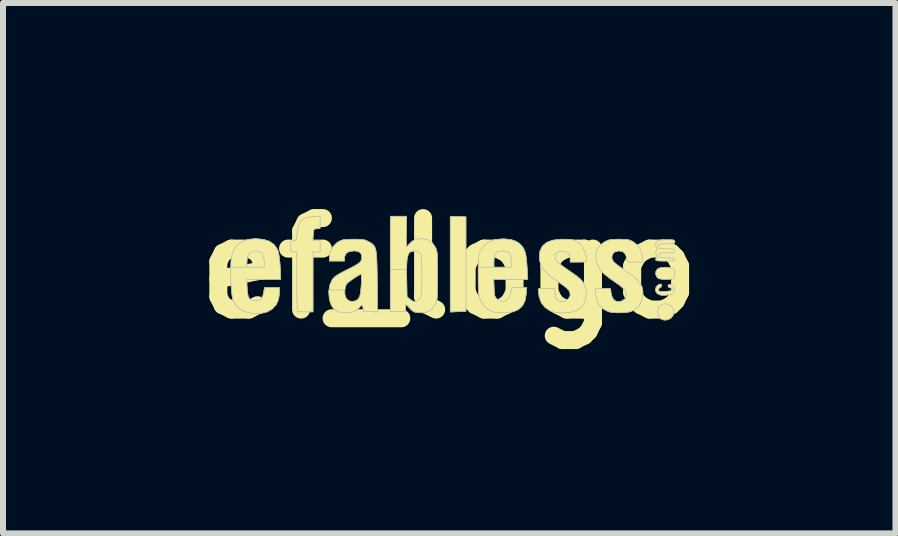
<source format=kicad_pcb>
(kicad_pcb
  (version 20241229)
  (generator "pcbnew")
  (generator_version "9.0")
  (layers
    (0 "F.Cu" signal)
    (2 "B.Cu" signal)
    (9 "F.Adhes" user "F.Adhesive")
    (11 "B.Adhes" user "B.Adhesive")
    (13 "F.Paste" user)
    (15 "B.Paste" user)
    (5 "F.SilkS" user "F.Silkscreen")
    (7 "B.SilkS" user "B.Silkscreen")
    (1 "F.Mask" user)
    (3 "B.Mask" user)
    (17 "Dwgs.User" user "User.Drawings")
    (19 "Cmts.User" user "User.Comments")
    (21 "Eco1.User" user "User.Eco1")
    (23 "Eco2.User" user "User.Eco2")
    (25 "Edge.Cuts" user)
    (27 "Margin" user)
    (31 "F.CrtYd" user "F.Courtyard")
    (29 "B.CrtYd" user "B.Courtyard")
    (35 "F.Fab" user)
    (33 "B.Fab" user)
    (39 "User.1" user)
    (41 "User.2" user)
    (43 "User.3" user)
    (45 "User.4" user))
  (footprint "ef_logo"
    (layer "F.Cu")
    (at 4.434 1.418)
    (property "Reference" "ef_logo" (at 0 0 0) (layer "F.SilkS") (effects (font (size 1.524 1.524) (thickness 0.3))))
    (attr through_hole)
    (fp_poly (pts (xy 0.148 -0.86) (xy 0.279 -0.855) (xy 0.279 0.72) (xy 0.148 0.725) (xy 0.017 0.73) (xy 0.017 -0.865) (xy 0.148 -0.86)) (stroke (width 0.01) (type solid)) (fill yes) (layer "F.SilkS"))
    (fp_poly (pts (xy 3.678 0.615) (xy 3.72 0.657) (xy 3.741 0.714) (xy 3.742 0.733) (xy 3.728 0.791) (xy 3.69 0.835) (xy 3.637 0.861) (xy 3.579 0.865) (xy 3.524 0.845) (xy 3.505 0.83) (xy 3.477 0.78) (xy 3.471 0.719) (xy 3.488 0.66) (xy 3.511 0.629) (xy 3.565 0.598) (xy 3.623 0.595) (xy 3.678 0.615)) (stroke (width 0.01) (type solid)) (fill yes) (layer "F.SilkS"))
    (fp_poly (pts (xy 3.653 -0.014) (xy 3.713 -0.001) (xy 3.716 -0.000419) (xy 3.745 0.017) (xy 3.757 0.046) (xy 3.759 0.081) (xy 3.755 0.131) (xy 3.737 0.163) (xy 3.7 0.18) (xy 3.639 0.186) (xy 3.606 0.186) (xy 3.539 0.184) (xy 3.496 0.175) (xy 3.469 0.159) (xy 3.465 0.155) (xy 3.441 0.107) (xy 3.442 0.056) (xy 3.469 0.014) (xy 3.475 0.009) (xy 3.52 -0.008) (xy 3.585 -0.016) (xy 3.653 -0.014)) (stroke (width 0.01) (type solid)) (fill yes) (layer "F.SilkS"))
    (fp_poly (pts (xy 3.533 0.266) (xy 3.539 0.288) (xy 3.528 0.316) (xy 3.514 0.322) (xy 3.493 0.336) (xy 3.488 0.356) (xy 3.491 0.375) (xy 3.504 0.384) (xy 3.535 0.388) (xy 3.592 0.386) (xy 3.603 0.386) (xy 3.666 0.381) (xy 3.702 0.374) (xy 3.716 0.361) (xy 3.717 0.356) (xy 3.702 0.334) (xy 3.678 0.325) (xy 3.648 0.311) (xy 3.645 0.291) (xy 3.663 0.271) (xy 3.697 0.271) (xy 3.735 0.289) (xy 3.738 0.292) (xy 3.755 0.324) (xy 3.758 0.37) (xy 3.745 0.41) (xy 3.736 0.422) (xy 3.703 0.435) (xy 3.65 0.445) (xy 3.59 0.451) (xy 3.536 0.45) (xy 3.514 0.446) (xy 3.463 0.422) (xy 3.44 0.382) (xy 3.437 0.356) (xy 3.448 0.308) (xy 3.483 0.277) (xy 3.509 0.266) (xy 3.533 0.266)) (stroke (width 0.01) (type solid)) (fill yes) (layer "F.SilkS"))
    (fp_poly (pts (xy -2.151 -0.663) (xy -2.206 -0.657) (xy -2.237 -0.653) (xy -2.254 -0.641) (xy -2.261 -0.614) (xy -2.265 -0.562) (xy -2.266 -0.555) (xy -2.271 -0.457) (xy -2.151 -0.457) (xy -2.151 -0.271) (xy -2.269 -0.271) (xy -2.269 0.728) (xy -2.393 0.728) (xy -2.455 0.727) (xy -2.503 0.723) (xy -2.528 0.718) (xy -2.529 0.717) (xy -2.532 0.698) (xy -2.534 0.649) (xy -2.536 0.575) (xy -2.538 0.48) (xy -2.539 0.369) (xy -2.54 0.246) (xy -2.54 0.217) (xy -2.54 -0.271) (xy -2.591 -0.271) (xy -2.62 -0.272) (xy -2.635 -0.283) (xy -2.641 -0.31) (xy -2.642 -0.363) (xy -2.642 -0.364) (xy -2.641 -0.417) (xy -2.635 -0.445) (xy -2.62 -0.456) (xy -2.593 -0.457) (xy -2.569 -0.458) (xy -2.554 -0.467) (xy -2.545 -0.49) (xy -2.539 -0.534) (xy -2.534 -0.587) (xy -2.519 -0.689) (xy -2.491 -0.763) (xy -2.446 -0.812) (xy -2.379 -0.843) (xy -2.286 -0.858) (xy -2.269 -0.86) (xy -2.151 -0.868) (xy -2.151 -0.663)) (stroke (width 0.01) (type solid)) (fill yes) (layer "F.SilkS"))
    (fp_poly (pts (xy -3.101 -0.481) (xy -2.997 -0.449) (xy -2.919 -0.395) (xy -2.865 -0.319) (xy -2.847 -0.271) (xy -2.837 -0.223) (xy -2.827 -0.153) (xy -2.819 -0.069) (xy -2.815 -0.006) (xy -2.806 0.186) (xy -3.373 0.186) (xy -3.367 0.328) (xy -3.36 0.419) (xy -3.345 0.48) (xy -3.319 0.518) (xy -3.278 0.537) (xy -3.224 0.542) (xy -3.167 0.534) (xy -3.128 0.507) (xy -3.103 0.456) (xy -3.089 0.394) (xy -3.078 0.322) (xy -2.828 0.322) (xy -2.828 0.411) (xy -2.843 0.52) (xy -2.884 0.611) (xy -2.95 0.682) (xy -3.037 0.73) (xy -3.144 0.755) (xy -3.267 0.754) (xy -3.33 0.744) (xy -3.437 0.711) (xy -3.519 0.655) (xy -3.58 0.575) (xy -3.601 0.533) (xy -3.613 0.487) (xy -3.623 0.415) (xy -3.631 0.324) (xy -3.637 0.22) (xy -3.64 0.112) (xy -3.64 0.007) (xy -3.637 -0.089) (xy -3.636 -0.108) (xy -3.37 -0.108) (xy -3.37 -0.017) (xy -3.082 -0.017) (xy -3.082 -0.108) (xy -3.091 -0.192) (xy -3.118 -0.248) (xy -3.166 -0.28) (xy -3.226 -0.288) (xy -3.293 -0.277) (xy -3.338 -0.242) (xy -3.363 -0.182) (xy -3.37 -0.108) (xy -3.636 -0.108) (xy -3.631 -0.168) (xy -3.625 -0.206) (xy -3.588 -0.31) (xy -3.527 -0.391) (xy -3.441 -0.449) (xy -3.334 -0.482) (xy -3.23 -0.491) (xy -3.101 -0.481)) (stroke (width 0.01) (type solid)) (fill yes) (layer "F.SilkS"))
    (fp_poly (pts (xy 3.696 -0.473) (xy 3.735 -0.47) (xy 3.753 -0.462) (xy 3.759 -0.447) (xy 3.759 -0.44) (xy 3.756 -0.423) (xy 3.743 -0.413) (xy 3.713 -0.408) (xy 3.659 -0.407) (xy 3.624 -0.406) (xy 3.557 -0.406) (xy 3.516 -0.403) (xy 3.496 -0.396) (xy 3.489 -0.382) (xy 3.488 -0.364) (xy 3.49 -0.343) (xy 3.499 -0.33) (xy 3.522 -0.324) (xy 3.567 -0.322) (xy 3.624 -0.322) (xy 3.691 -0.321) (xy 3.732 -0.318) (xy 3.752 -0.31) (xy 3.759 -0.297) (xy 3.759 -0.287) (xy 3.757 -0.269) (xy 3.745 -0.259) (xy 3.716 -0.255) (xy 3.664 -0.255) (xy 3.628 -0.256) (xy 3.562 -0.257) (xy 3.523 -0.255) (xy 3.504 -0.248) (xy 3.497 -0.234) (xy 3.497 -0.219) (xy 3.499 -0.198) (xy 3.509 -0.185) (xy 3.535 -0.179) (xy 3.583 -0.175) (xy 3.628 -0.173) (xy 3.697 -0.169) (xy 3.738 -0.162) (xy 3.757 -0.151) (xy 3.759 -0.143) (xy 3.753 -0.131) (xy 3.73 -0.124) (xy 3.686 -0.12) (xy 3.614 -0.119) (xy 3.598 -0.119) (xy 3.521 -0.12) (xy 3.472 -0.123) (xy 3.446 -0.13) (xy 3.438 -0.141) (xy 3.437 -0.143) (xy 3.449 -0.168) (xy 3.457 -0.173) (xy 3.466 -0.187) (xy 3.453 -0.217) (xy 3.438 -0.251) (xy 3.447 -0.283) (xy 3.452 -0.29) (xy 3.465 -0.325) (xy 3.456 -0.344) (xy 3.439 -0.381) (xy 3.444 -0.424) (xy 3.468 -0.455) (xy 3.47 -0.457) (xy 3.503 -0.465) (xy 3.558 -0.471) (xy 3.624 -0.474) (xy 3.631 -0.474) (xy 3.696 -0.473)) (stroke (width 0.01) (type solid)) (fill yes) (layer "F.SilkS"))
    (fp_poly (pts (xy 0.942 -0.486) (xy 1.041 -0.473) (xy 1.116 -0.447) (xy 1.176 -0.406) (xy 1.208 -0.373) (xy 1.239 -0.33) (xy 1.261 -0.279) (xy 1.277 -0.216) (xy 1.289 -0.132) (xy 1.297 -0.021) (xy 1.298 -0.004) (xy 1.309 0.186) (xy 0.742 0.186) (xy 0.748 0.332) (xy 0.751 0.403) (xy 0.757 0.45) (xy 0.768 0.481) (xy 0.785 0.503) (xy 0.801 0.518) (xy 0.86 0.551) (xy 0.918 0.554) (xy 0.968 0.528) (xy 1.007 0.477) (xy 1.028 0.404) (xy 1.028 0.402) (xy 1.037 0.322) (xy 1.292 0.322) (xy 1.283 0.432) (xy 1.263 0.542) (xy 1.221 0.626) (xy 1.157 0.687) (xy 1.068 0.726) (xy 0.954 0.742) (xy 0.906 0.743) (xy 0.835 0.741) (xy 0.772 0.736) (xy 0.729 0.729) (xy 0.725 0.728) (xy 0.638 0.685) (xy 0.567 0.612) (xy 0.527 0.543) (xy 0.512 0.51) (xy 0.501 0.479) (xy 0.493 0.445) (xy 0.487 0.403) (xy 0.485 0.346) (xy 0.483 0.269) (xy 0.483 0.167) (xy 0.483 0.119) (xy 0.483 0.004) (xy 0.484 -0.082) (xy 0.484 -0.103) (xy 0.745 -0.103) (xy 0.745 -0.017) (xy 1.033 -0.017) (xy 1.033 -0.119) (xy 1.026 -0.198) (xy 1.004 -0.25) (xy 0.963 -0.278) (xy 0.899 -0.288) (xy 0.893 -0.288) (xy 0.844 -0.285) (xy 0.809 -0.278) (xy 0.803 -0.275) (xy 0.769 -0.233) (xy 0.749 -0.165) (xy 0.745 -0.103) (xy 0.484 -0.103) (xy 0.486 -0.145) (xy 0.49 -0.192) (xy 0.497 -0.227) (xy 0.506 -0.256) (xy 0.52 -0.286) (xy 0.525 -0.296) (xy 0.584 -0.382) (xy 0.664 -0.443) (xy 0.766 -0.478) (xy 0.89 -0.488) (xy 0.942 -0.486)) (stroke (width 0.01) (type solid)) (fill yes) (layer "F.SilkS"))
    (fp_poly (pts (xy 1.973 -0.481) (xy 2.041 -0.474) (xy 2.093 -0.459) (xy 2.137 -0.435) (xy 2.175 -0.405) (xy 2.222 -0.347) (xy 2.26 -0.269) (xy 2.282 -0.185) (xy 2.286 -0.141) (xy 2.284 -0.121) (xy 2.274 -0.11) (xy 2.249 -0.104) (xy 2.201 -0.102) (xy 2.151 -0.102) (xy 2.015 -0.102) (xy 2.015 -0.161) (xy 2.002 -0.225) (xy 1.962 -0.268) (xy 1.9 -0.287) (xy 1.882 -0.288) (xy 1.819 -0.275) (xy 1.777 -0.242) (xy 1.761 -0.196) (xy 1.773 -0.143) (xy 1.808 -0.099) (xy 1.842 -0.071) (xy 1.895 -0.03) (xy 1.96 0.016) (xy 1.998 0.042) (xy 2.083 0.101) (xy 2.144 0.146) (xy 2.187 0.183) (xy 2.218 0.217) (xy 2.242 0.252) (xy 2.254 0.274) (xy 2.28 0.357) (xy 2.282 0.449) (xy 2.264 0.541) (xy 2.226 0.622) (xy 2.188 0.666) (xy 2.127 0.703) (xy 2.043 0.729) (xy 1.947 0.743) (xy 1.847 0.746) (xy 1.755 0.735) (xy 1.685 0.713) (xy 1.598 0.655) (xy 1.534 0.576) (xy 1.498 0.479) (xy 1.49 0.407) (xy 1.49 0.339) (xy 1.761 0.339) (xy 1.761 0.415) (xy 1.773 0.487) (xy 1.806 0.535) (xy 1.858 0.558) (xy 1.877 0.559) (xy 1.932 0.546) (xy 1.979 0.515) (xy 2.01 0.473) (xy 2.015 0.446) (xy 2.011 0.408) (xy 1.996 0.374) (xy 1.965 0.339) (xy 1.914 0.297) (xy 1.839 0.244) (xy 1.829 0.237) (xy 1.714 0.155) (xy 1.628 0.082) (xy 1.567 0.014) (xy 1.527 -0.055) (xy 1.507 -0.128) (xy 1.501 -0.195) (xy 1.513 -0.291) (xy 1.553 -0.369) (xy 1.62 -0.427) (xy 1.714 -0.464) (xy 1.834 -0.481) (xy 1.88 -0.483) (xy 1.973 -0.481)) (stroke (width 0.01) (type solid)) (fill yes) (layer "F.SilkS"))
    (fp_poly (pts (xy 2.908 -0.481) (xy 2.965 -0.477) (xy 3.008 -0.467) (xy 3.047 -0.45) (xy 3.065 -0.44) (xy 3.138 -0.381) (xy 3.19 -0.301) (xy 3.215 -0.208) (xy 3.217 -0.174) (xy 3.217 -0.102) (xy 2.968 -0.102) (xy 2.958 -0.163) (xy 2.936 -0.232) (xy 2.895 -0.273) (xy 2.834 -0.288) (xy 2.828 -0.288) (xy 2.765 -0.275) (xy 2.724 -0.239) (xy 2.709 -0.184) (xy 2.709 -0.183) (xy 2.714 -0.151) (xy 2.729 -0.121) (xy 2.76 -0.087) (xy 2.811 -0.046) (xy 2.885 0.006) (xy 2.921 0.031) (xy 3.034 0.111) (xy 3.119 0.183) (xy 3.178 0.25) (xy 3.213 0.316) (xy 3.227 0.387) (xy 3.223 0.465) (xy 3.217 0.503) (xy 3.182 0.596) (xy 3.122 0.669) (xy 3.041 0.717) (xy 3.019 0.725) (xy 2.958 0.736) (xy 2.878 0.742) (xy 2.793 0.743) (xy 2.714 0.737) (xy 2.655 0.726) (xy 2.65 0.724) (xy 2.56 0.676) (xy 2.493 0.604) (xy 2.451 0.513) (xy 2.438 0.418) (xy 2.438 0.339) (xy 2.688 0.339) (xy 2.697 0.418) (xy 2.716 0.488) (xy 2.752 0.537) (xy 2.801 0.558) (xy 2.812 0.559) (xy 2.873 0.547) (xy 2.922 0.517) (xy 2.946 0.484) (xy 2.956 0.437) (xy 2.945 0.393) (xy 2.912 0.347) (xy 2.853 0.296) (xy 2.781 0.244) (xy 2.681 0.175) (xy 2.607 0.117) (xy 2.552 0.067) (xy 2.512 0.019) (xy 2.483 -0.032) (xy 2.472 -0.054) (xy 2.447 -0.131) (xy 2.441 -0.203) (xy 2.443 -0.225) (xy 2.462 -0.308) (xy 2.504 -0.374) (xy 2.574 -0.43) (xy 2.592 -0.44) (xy 2.633 -0.461) (xy 2.673 -0.473) (xy 2.722 -0.48) (xy 2.791 -0.482) (xy 2.828 -0.483) (xy 2.908 -0.481)) (stroke (width 0.01) (type solid)) (fill yes) (layer "F.SilkS"))
    (fp_poly (pts (xy -0.715 -0.61) (xy -0.716 -0.521) (xy -0.716 -0.446) (xy -0.714 -0.39) (xy -0.712 -0.36) (xy -0.71 -0.356) (xy -0.695 -0.368) (xy -0.669 -0.398) (xy -0.664 -0.405) (xy -0.608 -0.454) (xy -0.531 -0.483) (xy -0.441 -0.488) (xy -0.43 -0.487) (xy -0.347 -0.466) (xy -0.284 -0.424) (xy -0.234 -0.353) (xy -0.233 -0.351) (xy -0.221 -0.327) (xy -0.212 -0.303) (xy -0.205 -0.274) (xy -0.2 -0.235) (xy -0.197 -0.181) (xy -0.196 -0.109) (xy -0.195 -0.012) (xy -0.195 0.113) (xy -0.195 0.127) (xy -0.195 0.255) (xy -0.196 0.355) (xy -0.197 0.429) (xy -0.2 0.484) (xy -0.205 0.525) (xy -0.211 0.555) (xy -0.22 0.579) (xy -0.232 0.603) (xy -0.232 0.604) (xy -0.28 0.677) (xy -0.333 0.721) (xy -0.4 0.741) (xy -0.455 0.744) (xy -0.515 0.741) (xy -0.565 0.734) (xy -0.586 0.729) (xy -0.619 0.707) (xy -0.658 0.67) (xy -0.665 0.662) (xy -0.695 0.629) (xy -0.715 0.611) (xy -0.719 0.61) (xy -0.725 0.625) (xy -0.728 0.661) (xy -0.728 0.669) (xy -0.728 0.728) (xy -0.982 0.728) (xy -0.982 0.029) (xy -0.709 0.029) (xy -0.708 0.162) (xy -0.708 0.164) (xy -0.703 0.477) (xy -0.655 0.518) (xy -0.609 0.55) (xy -0.569 0.557) (xy -0.534 0.548) (xy -0.509 0.534) (xy -0.489 0.509) (xy -0.475 0.47) (xy -0.465 0.413) (xy -0.459 0.334) (xy -0.456 0.229) (xy -0.456 0.118) (xy -0.457 -0.001) (xy -0.46 -0.099) (xy -0.464 -0.175) (xy -0.47 -0.223) (xy -0.474 -0.237) (xy -0.51 -0.27) (xy -0.564 -0.285) (xy -0.619 -0.281) (xy -0.65 -0.268) (xy -0.673 -0.245) (xy -0.689 -0.208) (xy -0.701 -0.152) (xy -0.707 -0.075) (xy -0.709 0.029) (xy -0.982 0.029) (xy -0.982 -0.864) (xy -0.71 -0.864) (xy -0.715 -0.61)) (stroke (width 0.01) (type solid)) (fill yes) (layer "F.SilkS"))
    (fp_poly (pts (xy -1.508 -0.482) (xy -1.449 -0.478) (xy -1.406 -0.47) (xy -1.369 -0.456) (xy -1.338 -0.44) (xy -1.303 -0.42) (xy -1.274 -0.399) (xy -1.252 -0.374) (xy -1.235 -0.342) (xy -1.222 -0.298) (xy -1.213 -0.239) (xy -1.207 -0.16) (xy -1.204 -0.06) (xy -1.201 0.068) (xy -1.199 0.225) (xy -1.199 0.225) (xy -1.194 0.729) (xy -1.312 0.725) (xy -1.431 0.72) (xy -1.436 0.665) (xy -1.443 0.623) (xy -1.455 0.613) (xy -1.478 0.633) (xy -1.493 0.652) (xy -1.553 0.706) (xy -1.63 0.736) (xy -1.722 0.745) (xy -1.81 0.737) (xy -1.874 0.712) (xy -1.929 0.669) (xy -1.966 0.615) (xy -1.991 0.539) (xy -1.999 0.501) (xy -2.004 0.428) (xy -1.739 0.428) (xy -1.729 0.479) (xy -1.694 0.528) (xy -1.641 0.553) (xy -1.578 0.549) (xy -1.551 0.54) (xy -1.513 0.509) (xy -1.493 0.476) (xy -1.483 0.438) (xy -1.475 0.382) (xy -1.468 0.315) (xy -1.464 0.246) (xy -1.462 0.182) (xy -1.463 0.132) (xy -1.468 0.105) (xy -1.471 0.102) (xy -1.494 0.111) (xy -1.536 0.135) (xy -1.587 0.168) (xy -1.638 0.203) (xy -1.682 0.236) (xy -1.708 0.26) (xy -1.709 0.261) (xy -1.728 0.303) (xy -1.739 0.363) (xy -1.739 0.428) (xy -2.004 0.428) (xy -2.007 0.389) (xy -1.99 0.283) (xy -1.95 0.192) (xy -1.937 0.174) (xy -1.898 0.136) (xy -1.833 0.094) (xy -1.74 0.044) (xy -1.713 0.031) (xy -1.616 -0.017) (xy -1.547 -0.055) (xy -1.5 -0.088) (xy -1.472 -0.118) (xy -1.459 -0.15) (xy -1.456 -0.18) (xy -1.466 -0.236) (xy -1.498 -0.27) (xy -1.555 -0.286) (xy -1.593 -0.288) (xy -1.669 -0.277) (xy -1.719 -0.245) (xy -1.742 -0.193) (xy -1.744 -0.169) (xy -1.744 -0.119) (xy -1.998 -0.119) (xy -1.998 -0.183) (xy -1.982 -0.273) (xy -1.939 -0.356) (xy -1.874 -0.422) (xy -1.846 -0.44) (xy -1.807 -0.46) (xy -1.769 -0.472) (xy -1.724 -0.479) (xy -1.661 -0.482) (xy -1.592 -0.483) (xy -1.508 -0.482)) (stroke (width 0.01) (type solid)) (fill yes) (layer "F.SilkS"))
    (fp_poly (pts (xy 0.148 -0.86) (xy 0.279 -0.855) (xy 0.279 0.72) (xy 0.148 0.725) (xy 0.017 0.73) (xy 0.017 -0.865) (xy 0.148 -0.86)) (stroke (width 0.01) (type solid)) (fill no) (layer "F.Fab"))
    (fp_poly (pts (xy 3.678 0.615) (xy 3.72 0.656) (xy 3.742 0.713) (xy 3.743 0.732) (xy 3.728 0.79) (xy 3.69 0.834) (xy 3.638 0.86) (xy 3.58 0.864) (xy 3.524 0.844) (xy 3.506 0.829) (xy 3.477 0.779) (xy 3.472 0.718) (xy 3.488 0.659) (xy 3.511 0.629) (xy 3.565 0.597) (xy 3.624 0.594) (xy 3.678 0.615)) (stroke (width 0.01) (type solid)) (fill no) (layer "F.Fab"))
    (fp_poly (pts (xy 3.653 -0.014) (xy 3.713 -0.001) (xy 3.716 -0.000419) (xy 3.745 0.017) (xy 3.757 0.046) (xy 3.759 0.081) (xy 3.755 0.131) (xy 3.737 0.163) (xy 3.7 0.18) (xy 3.639 0.186) (xy 3.606 0.186) (xy 3.539 0.184) (xy 3.496 0.175) (xy 3.469 0.159) (xy 3.465 0.155) (xy 3.441 0.107) (xy 3.442 0.056) (xy 3.469 0.014) (xy 3.475 0.009) (xy 3.52 -0.008) (xy 3.585 -0.016) (xy 3.653 -0.014)) (stroke (width 0.01) (type solid)) (fill no) (layer "F.Fab"))
    (fp_poly (pts (xy 3.533 0.266) (xy 3.539 0.288) (xy 3.528 0.316) (xy 3.514 0.322) (xy 3.493 0.336) (xy 3.488 0.356) (xy 3.491 0.375) (xy 3.504 0.384) (xy 3.535 0.388) (xy 3.592 0.386) (xy 3.603 0.386) (xy 3.666 0.381) (xy 3.702 0.374) (xy 3.716 0.361) (xy 3.717 0.356) (xy 3.702 0.334) (xy 3.678 0.325) (xy 3.648 0.311) (xy 3.645 0.291) (xy 3.663 0.271) (xy 3.697 0.271) (xy 3.735 0.289) (xy 3.738 0.292) (xy 3.755 0.324) (xy 3.758 0.37) (xy 3.745 0.41) (xy 3.736 0.422) (xy 3.703 0.435) (xy 3.65 0.445) (xy 3.59 0.451) (xy 3.536 0.45) (xy 3.514 0.446) (xy 3.463 0.422) (xy 3.44 0.382) (xy 3.437 0.356) (xy 3.448 0.308) (xy 3.483 0.277) (xy 3.509 0.266) (xy 3.533 0.266)) (stroke (width 0.01) (type solid)) (fill no) (layer "F.Fab"))
    (fp_poly (pts (xy -2.151 -0.663) (xy -2.206 -0.657) (xy -2.237 -0.653) (xy -2.254 -0.641) (xy -2.261 -0.614) (xy -2.265 -0.562) (xy -2.266 -0.555) (xy -2.271 -0.457) (xy -2.151 -0.457) (xy -2.151 -0.271) (xy -2.269 -0.271) (xy -2.269 0.728) (xy -2.393 0.728) (xy -2.455 0.727) (xy -2.503 0.723) (xy -2.528 0.718) (xy -2.529 0.717) (xy -2.532 0.698) (xy -2.534 0.649) (xy -2.536 0.575) (xy -2.538 0.48) (xy -2.539 0.369) (xy -2.54 0.246) (xy -2.54 0.217) (xy -2.54 -0.271) (xy -2.591 -0.271) (xy -2.62 -0.272) (xy -2.635 -0.283) (xy -2.641 -0.31) (xy -2.642 -0.363) (xy -2.642 -0.364) (xy -2.641 -0.417) (xy -2.635 -0.445) (xy -2.62 -0.456) (xy -2.593 -0.457) (xy -2.569 -0.458) (xy -2.554 -0.467) (xy -2.545 -0.49) (xy -2.539 -0.534) (xy -2.534 -0.587) (xy -2.519 -0.689) (xy -2.491 -0.763) (xy -2.446 -0.812) (xy -2.379 -0.843) (xy -2.286 -0.858) (xy -2.269 -0.86) (xy -2.151 -0.868) (xy -2.151 -0.663)) (stroke (width 0.01) (type solid)) (fill no) (layer "F.Fab"))
    (fp_poly (pts (xy -3.101 -0.481) (xy -2.997 -0.449) (xy -2.919 -0.395) (xy -2.865 -0.319) (xy -2.847 -0.271) (xy -2.837 -0.223) (xy -2.827 -0.153) (xy -2.819 -0.069) (xy -2.815 -0.006) (xy -2.806 0.186) (xy -3.373 0.186) (xy -3.367 0.328) (xy -3.36 0.419) (xy -3.345 0.48) (xy -3.319 0.518) (xy -3.278 0.537) (xy -3.224 0.542) (xy -3.167 0.534) (xy -3.128 0.507) (xy -3.103 0.456) (xy -3.089 0.394) (xy -3.078 0.322) (xy -2.828 0.322) (xy -2.828 0.411) (xy -2.843 0.52) (xy -2.884 0.611) (xy -2.95 0.682) (xy -3.037 0.73) (xy -3.144 0.755) (xy -3.267 0.754) (xy -3.33 0.744) (xy -3.437 0.711) (xy -3.519 0.655) (xy -3.58 0.575) (xy -3.601 0.533) (xy -3.613 0.487) (xy -3.623 0.415) (xy -3.631 0.324) (xy -3.637 0.22) (xy -3.64 0.112) (xy -3.64 0.007) (xy -3.637 -0.089) (xy -3.636 -0.108) (xy -3.37 -0.108) (xy -3.37 -0.017) (xy -3.082 -0.017) (xy -3.082 -0.108) (xy -3.091 -0.192) (xy -3.118 -0.248) (xy -3.166 -0.28) (xy -3.226 -0.288) (xy -3.293 -0.277) (xy -3.338 -0.242) (xy -3.363 -0.182) (xy -3.37 -0.108) (xy -3.636 -0.108) (xy -3.631 -0.168) (xy -3.625 -0.206) (xy -3.588 -0.31) (xy -3.527 -0.391) (xy -3.441 -0.449) (xy -3.334 -0.482) (xy -3.23 -0.491) (xy -3.101 -0.481)) (stroke (width 0.01) (type solid)) (fill no) (layer "F.Fab"))
    (fp_poly (pts (xy 3.696 -0.473) (xy 3.735 -0.47) (xy 3.753 -0.462) (xy 3.759 -0.447) (xy 3.759 -0.44) (xy 3.756 -0.423) (xy 3.743 -0.413) (xy 3.713 -0.408) (xy 3.659 -0.407) (xy 3.624 -0.406) (xy 3.557 -0.406) (xy 3.516 -0.403) (xy 3.496 -0.396) (xy 3.489 -0.382) (xy 3.488 -0.364) (xy 3.49 -0.343) (xy 3.499 -0.33) (xy 3.522 -0.324) (xy 3.567 -0.322) (xy 3.624 -0.322) (xy 3.691 -0.321) (xy 3.732 -0.318) (xy 3.752 -0.31) (xy 3.759 -0.297) (xy 3.759 -0.287) (xy 3.757 -0.269) (xy 3.745 -0.259) (xy 3.716 -0.255) (xy 3.664 -0.255) (xy 3.628 -0.256) (xy 3.562 -0.257) (xy 3.523 -0.255) (xy 3.504 -0.248) (xy 3.497 -0.234) (xy 3.497 -0.219) (xy 3.499 -0.198) (xy 3.509 -0.185) (xy 3.535 -0.179) (xy 3.583 -0.175) (xy 3.628 -0.173) (xy 3.697 -0.169) (xy 3.738 -0.162) (xy 3.757 -0.151) (xy 3.759 -0.143) (xy 3.753 -0.131) (xy 3.73 -0.124) (xy 3.686 -0.12) (xy 3.614 -0.119) (xy 3.598 -0.119) (xy 3.521 -0.12) (xy 3.472 -0.123) (xy 3.446 -0.13) (xy 3.438 -0.141) (xy 3.437 -0.143) (xy 3.449 -0.168) (xy 3.457 -0.173) (xy 3.466 -0.187) (xy 3.453 -0.217) (xy 3.438 -0.251) (xy 3.447 -0.283) (xy 3.452 -0.29) (xy 3.465 -0.325) (xy 3.456 -0.344) (xy 3.439 -0.381) (xy 3.444 -0.424) (xy 3.468 -0.455) (xy 3.47 -0.457) (xy 3.503 -0.465) (xy 3.558 -0.471) (xy 3.624 -0.474) (xy 3.631 -0.474) (xy 3.696 -0.473)) (stroke (width 0.01) (type solid)) (fill no) (layer "F.Fab"))
    (fp_poly (pts (xy 0.942 -0.486) (xy 1.041 -0.473) (xy 1.116 -0.447) (xy 1.176 -0.406) (xy 1.208 -0.373) (xy 1.239 -0.33) (xy 1.261 -0.279) (xy 1.277 -0.216) (xy 1.289 -0.132) (xy 1.297 -0.021) (xy 1.298 -0.004) (xy 1.309 0.186) (xy 0.742 0.186) (xy 0.748 0.332) (xy 0.751 0.403) (xy 0.757 0.45) (xy 0.768 0.481) (xy 0.785 0.503) (xy 0.801 0.518) (xy 0.86 0.551) (xy 0.918 0.554) (xy 0.968 0.528) (xy 1.007 0.477) (xy 1.028 0.404) (xy 1.028 0.402) (xy 1.037 0.322) (xy 1.292 0.322) (xy 1.283 0.432) (xy 1.263 0.542) (xy 1.221 0.626) (xy 1.157 0.687) (xy 1.068 0.726) (xy 0.954 0.742) (xy 0.906 0.743) (xy 0.835 0.741) (xy 0.772 0.736) (xy 0.729 0.729) (xy 0.725 0.728) (xy 0.638 0.685) (xy 0.567 0.612) (xy 0.527 0.543) (xy 0.512 0.51) (xy 0.501 0.479) (xy 0.493 0.445) (xy 0.487 0.403) (xy 0.485 0.346) (xy 0.483 0.269) (xy 0.483 0.167) (xy 0.483 0.119) (xy 0.483 0.004) (xy 0.484 -0.082) (xy 0.484 -0.103) (xy 0.745 -0.103) (xy 0.745 -0.017) (xy 1.033 -0.017) (xy 1.033 -0.119) (xy 1.026 -0.198) (xy 1.004 -0.25) (xy 0.963 -0.278) (xy 0.899 -0.288) (xy 0.893 -0.288) (xy 0.844 -0.285) (xy 0.809 -0.278) (xy 0.803 -0.275) (xy 0.769 -0.233) (xy 0.749 -0.165) (xy 0.745 -0.103) (xy 0.484 -0.103) (xy 0.486 -0.145) (xy 0.49 -0.192) (xy 0.497 -0.227) (xy 0.506 -0.256) (xy 0.52 -0.286) (xy 0.525 -0.296) (xy 0.584 -0.382) (xy 0.664 -0.443) (xy 0.766 -0.478) (xy 0.89 -0.488) (xy 0.942 -0.486)) (stroke (width 0.01) (type solid)) (fill no) (layer "F.Fab"))
    (fp_poly (pts (xy 1.973 -0.481) (xy 2.041 -0.474) (xy 2.093 -0.459) (xy 2.137 -0.435) (xy 2.175 -0.405) (xy 2.222 -0.347) (xy 2.26 -0.269) (xy 2.282 -0.185) (xy 2.286 -0.141) (xy 2.284 -0.121) (xy 2.274 -0.11) (xy 2.249 -0.104) (xy 2.201 -0.102) (xy 2.151 -0.102) (xy 2.015 -0.102) (xy 2.015 -0.161) (xy 2.002 -0.225) (xy 1.962 -0.268) (xy 1.9 -0.287) (xy 1.882 -0.288) (xy 1.819 -0.275) (xy 1.777 -0.242) (xy 1.761 -0.196) (xy 1.773 -0.143) (xy 1.808 -0.099) (xy 1.842 -0.071) (xy 1.895 -0.03) (xy 1.96 0.016) (xy 1.998 0.042) (xy 2.083 0.101) (xy 2.144 0.146) (xy 2.187 0.183) (xy 2.218 0.217) (xy 2.242 0.252) (xy 2.254 0.274) (xy 2.28 0.357) (xy 2.282 0.449) (xy 2.264 0.541) (xy 2.226 0.622) (xy 2.188 0.666) (xy 2.127 0.703) (xy 2.043 0.729) (xy 1.947 0.743) (xy 1.847 0.746) (xy 1.755 0.735) (xy 1.685 0.713) (xy 1.598 0.655) (xy 1.534 0.576) (xy 1.498 0.479) (xy 1.49 0.407) (xy 1.49 0.339) (xy 1.761 0.339) (xy 1.761 0.415) (xy 1.773 0.487) (xy 1.806 0.535) (xy 1.858 0.558) (xy 1.877 0.559) (xy 1.932 0.546) (xy 1.979 0.515) (xy 2.01 0.473) (xy 2.015 0.446) (xy 2.011 0.408) (xy 1.996 0.374) (xy 1.965 0.339) (xy 1.914 0.297) (xy 1.839 0.244) (xy 1.829 0.237) (xy 1.714 0.155) (xy 1.628 0.082) (xy 1.567 0.014) (xy 1.527 -0.055) (xy 1.507 -0.128) (xy 1.501 -0.195) (xy 1.513 -0.291) (xy 1.553 -0.369) (xy 1.62 -0.427) (xy 1.714 -0.464) (xy 1.834 -0.481) (xy 1.88 -0.483) (xy 1.973 -0.481)) (stroke (width 0.01) (type solid)) (fill no) (layer "F.Fab"))
    (fp_poly (pts (xy 2.908 -0.481) (xy 2.965 -0.477) (xy 3.008 -0.467) (xy 3.047 -0.45) (xy 3.065 -0.44) (xy 3.138 -0.381) (xy 3.19 -0.301) (xy 3.215 -0.208) (xy 3.217 -0.174) (xy 3.217 -0.102) (xy 2.968 -0.102) (xy 2.958 -0.163) (xy 2.936 -0.232) (xy 2.895 -0.273) (xy 2.834 -0.288) (xy 2.828 -0.288) (xy 2.765 -0.275) (xy 2.724 -0.239) (xy 2.709 -0.184) (xy 2.709 -0.183) (xy 2.714 -0.151) (xy 2.729 -0.121) (xy 2.76 -0.087) (xy 2.811 -0.046) (xy 2.885 0.006) (xy 2.921 0.031) (xy 3.034 0.111) (xy 3.119 0.183) (xy 3.178 0.25) (xy 3.213 0.316) (xy 3.227 0.387) (xy 3.223 0.465) (xy 3.217 0.503) (xy 3.182 0.596) (xy 3.122 0.669) (xy 3.041 0.717) (xy 3.019 0.725) (xy 2.958 0.736) (xy 2.878 0.742) (xy 2.793 0.743) (xy 2.714 0.737) (xy 2.655 0.726) (xy 2.65 0.724) (xy 2.56 0.676) (xy 2.493 0.604) (xy 2.451 0.513) (xy 2.438 0.418) (xy 2.438 0.339) (xy 2.688 0.339) (xy 2.697 0.418) (xy 2.716 0.488) (xy 2.752 0.537) (xy 2.801 0.558) (xy 2.812 0.559) (xy 2.873 0.547) (xy 2.922 0.517) (xy 2.946 0.484) (xy 2.956 0.437) (xy 2.945 0.393) (xy 2.912 0.347) (xy 2.853 0.296) (xy 2.781 0.244) (xy 2.681 0.175) (xy 2.607 0.117) (xy 2.552 0.067) (xy 2.512 0.019) (xy 2.483 -0.032) (xy 2.472 -0.054) (xy 2.447 -0.131) (xy 2.441 -0.203) (xy 2.443 -0.225) (xy 2.462 -0.308) (xy 2.504 -0.374) (xy 2.574 -0.43) (xy 2.592 -0.44) (xy 2.633 -0.461) (xy 2.673 -0.473) (xy 2.722 -0.48) (xy 2.791 -0.482) (xy 2.828 -0.483) (xy 2.908 -0.481)) (stroke (width 0.01) (type solid)) (fill no) (layer "F.Fab"))
    (fp_poly (pts (xy -0.715 -0.613) (xy -0.716 -0.525) (xy -0.716 -0.45) (xy -0.714 -0.394) (xy -0.712 -0.363) (xy -0.71 -0.359) (xy -0.695 -0.372) (xy -0.669 -0.402) (xy -0.664 -0.409) (xy -0.608 -0.458) (xy -0.531 -0.486) (xy -0.441 -0.491) (xy -0.43 -0.49) (xy -0.347 -0.47) (xy -0.284 -0.428) (xy -0.234 -0.357) (xy -0.233 -0.355) (xy -0.221 -0.331) (xy -0.212 -0.307) (xy -0.205 -0.277) (xy -0.2 -0.238) (xy -0.197 -0.185) (xy -0.196 -0.112) (xy -0.195 -0.016) (xy -0.195 0.109) (xy -0.195 0.123) (xy -0.195 0.252) (xy -0.196 0.351) (xy -0.197 0.426) (xy -0.2 0.481) (xy -0.205 0.521) (xy -0.211 0.551) (xy -0.22 0.575) (xy -0.232 0.599) (xy -0.232 0.6) (xy -0.28 0.673) (xy -0.333 0.717) (xy -0.4 0.737) (xy -0.455 0.74) (xy -0.515 0.737) (xy -0.565 0.73) (xy -0.586 0.725) (xy -0.619 0.703) (xy -0.658 0.666) (xy -0.665 0.658) (xy -0.695 0.625) (xy -0.715 0.607) (xy -0.719 0.606) (xy -0.725 0.621) (xy -0.728 0.657) (xy -0.728 0.665) (xy -0.728 0.724) (xy -0.982 0.724) (xy -0.982 0.025) (xy -0.709 0.025) (xy -0.708 0.158) (xy -0.708 0.161) (xy -0.703 0.473) (xy -0.655 0.514) (xy -0.609 0.546) (xy -0.569 0.554) (xy -0.534 0.545) (xy -0.509 0.53) (xy -0.489 0.505) (xy -0.475 0.467) (xy -0.465 0.41) (xy -0.459 0.331) (xy -0.456 0.225) (xy -0.456 0.114) (xy -0.457 -0.004) (xy -0.46 -0.103) (xy -0.464 -0.178) (xy -0.47 -0.226) (xy -0.474 -0.24) (xy -0.51 -0.274) (xy -0.564 -0.289) (xy -0.619 -0.284) (xy -0.65 -0.272) (xy -0.673 -0.249) (xy -0.689 -0.212) (xy -0.701 -0.156) (xy -0.707 -0.079) (xy -0.709 0.025) (xy -0.982 0.025) (xy -0.982 -0.867) (xy -0.71 -0.867) (xy -0.715 -0.613)) (stroke (width 0.01) (type solid)) (fill no) (layer "F.Fab"))
    (fp_poly (pts (xy -1.508 -0.482) (xy -1.449 -0.478) (xy -1.406 -0.47) (xy -1.369 -0.456) (xy -1.338 -0.44) (xy -1.303 -0.42) (xy -1.274 -0.399) (xy -1.252 -0.374) (xy -1.235 -0.342) (xy -1.222 -0.298) (xy -1.213 -0.239) (xy -1.207 -0.16) (xy -1.204 -0.06) (xy -1.201 0.068) (xy -1.199 0.225) (xy -1.199 0.225) (xy -1.194 0.729) (xy -1.312 0.725) (xy -1.431 0.72) (xy -1.436 0.665) (xy -1.443 0.623) (xy -1.455 0.613) (xy -1.478 0.633) (xy -1.493 0.652) (xy -1.553 0.706) (xy -1.63 0.736) (xy -1.722 0.745) (xy -1.81 0.737) (xy -1.874 0.712) (xy -1.929 0.669) (xy -1.966 0.615) (xy -1.991 0.539) (xy -1.999 0.501) (xy -2.004 0.428) (xy -1.739 0.428) (xy -1.729 0.479) (xy -1.694 0.528) (xy -1.641 0.553) (xy -1.578 0.549) (xy -1.551 0.54) (xy -1.513 0.509) (xy -1.493 0.476) (xy -1.483 0.438) (xy -1.475 0.382) (xy -1.468 0.315) (xy -1.464 0.246) (xy -1.462 0.182) (xy -1.463 0.132) (xy -1.468 0.105) (xy -1.471 0.102) (xy -1.494 0.111) (xy -1.536 0.135) (xy -1.587 0.168) (xy -1.638 0.203) (xy -1.682 0.236) (xy -1.708 0.26) (xy -1.709 0.261) (xy -1.728 0.303) (xy -1.739 0.363) (xy -1.739 0.428) (xy -2.004 0.428) (xy -2.007 0.389) (xy -1.99 0.283) (xy -1.95 0.192) (xy -1.937 0.174) (xy -1.898 0.136) (xy -1.833 0.094) (xy -1.74 0.044) (xy -1.713 0.031) (xy -1.616 -0.017) (xy -1.547 -0.055) (xy -1.5 -0.088) (xy -1.472 -0.118) (xy -1.459 -0.15) (xy -1.456 -0.18) (xy -1.466 -0.236) (xy -1.498 -0.27) (xy -1.555 -0.286) (xy -1.593 -0.288) (xy -1.669 -0.277) (xy -1.719 -0.245) (xy -1.742 -0.193) (xy -1.744 -0.169) (xy -1.744 -0.119) (xy -1.998 -0.119) (xy -1.998 -0.183) (xy -1.982 -0.273) (xy -1.939 -0.356) (xy -1.874 -0.422) (xy -1.846 -0.44) (xy -1.807 -0.46) (xy -1.769 -0.472) (xy -1.724 -0.479) (xy -1.661 -0.482) (xy -1.592 -0.483) (xy -1.508 -0.482)) (stroke (width 0.01) (type solid)) (fill no) (layer "F.Fab")))
  (gr_rect
    (start -3 -3)
    (end 11.868 5.836)
    (stroke (width 0.1) (type default))
    (fill no)
    (layer "Edge.Cuts")))
</source>
